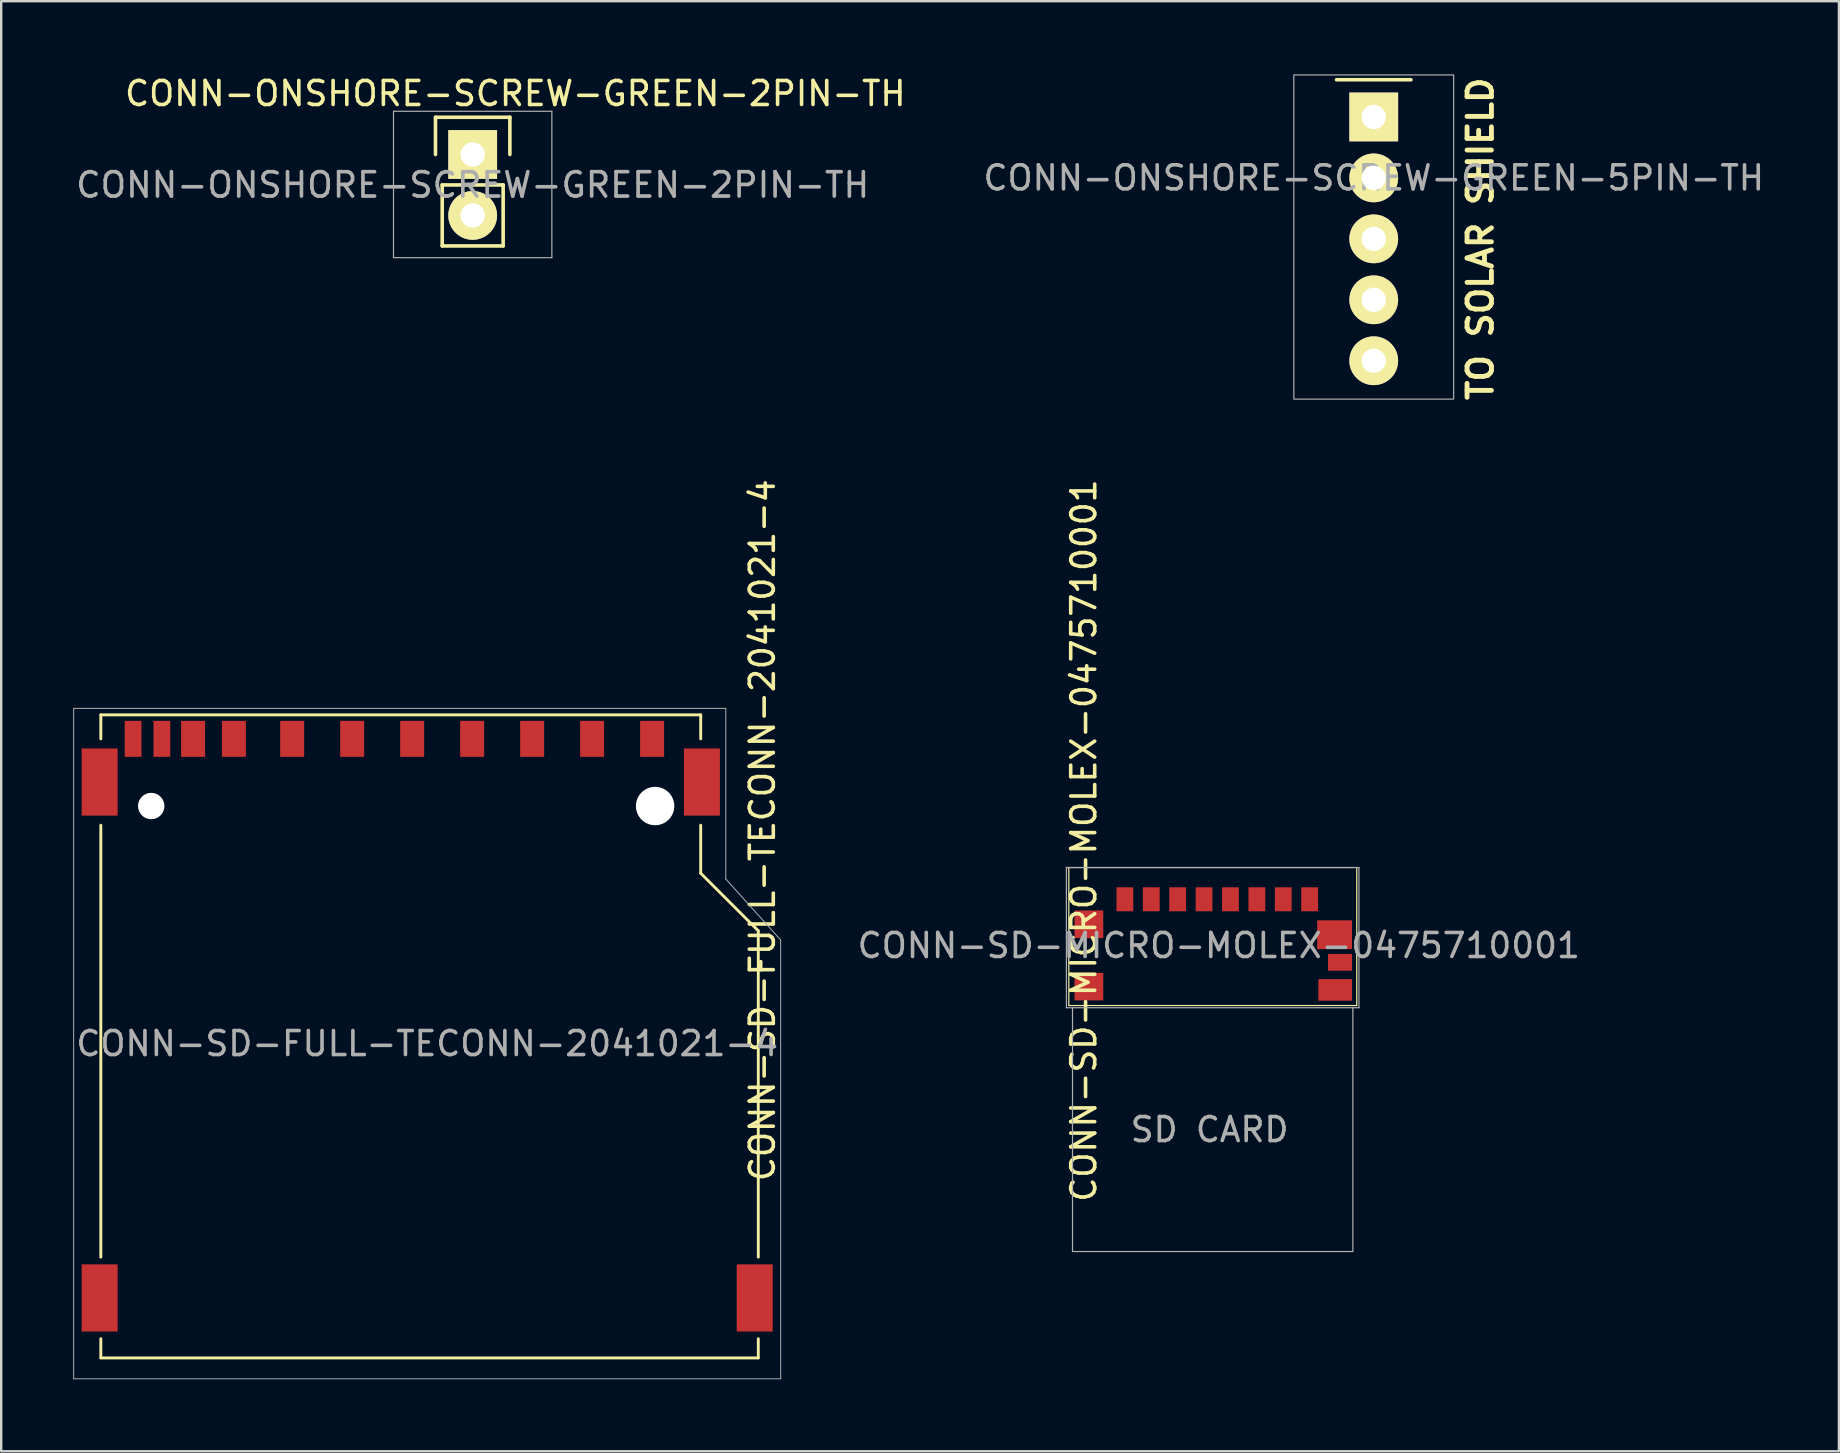
<source format=kicad_pcb>
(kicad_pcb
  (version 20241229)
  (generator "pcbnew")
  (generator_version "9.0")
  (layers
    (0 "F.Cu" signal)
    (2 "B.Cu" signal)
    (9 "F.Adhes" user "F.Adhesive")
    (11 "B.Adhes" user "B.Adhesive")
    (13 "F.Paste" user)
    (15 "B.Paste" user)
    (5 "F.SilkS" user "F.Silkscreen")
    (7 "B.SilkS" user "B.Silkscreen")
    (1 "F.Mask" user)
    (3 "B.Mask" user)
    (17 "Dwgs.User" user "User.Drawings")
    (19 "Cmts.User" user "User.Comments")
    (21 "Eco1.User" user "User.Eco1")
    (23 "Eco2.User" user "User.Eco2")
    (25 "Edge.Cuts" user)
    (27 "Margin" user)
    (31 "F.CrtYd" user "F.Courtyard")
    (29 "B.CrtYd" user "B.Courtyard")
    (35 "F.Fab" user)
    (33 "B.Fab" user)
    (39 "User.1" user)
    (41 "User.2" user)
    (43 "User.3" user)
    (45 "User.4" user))
  (footprint "CONN-ONSHORE-SCREW-GREEN-2PIN-TH"
    (layer "F.Cu")
    (at 16.649 3.388)
    (property "Reference" "CONN-ONSHORE-SCREW-GREEN-2PIN-TH" (at 0 1.27 0) (layer "F.Fab") (effects (font (size 1.016 1.016) (thickness 0.152))))
    (attr smd)
    (fp_line (start -1.55 -1.55) (end 1.55 -1.55) (stroke (width 0.15) (type solid)) (layer "F.SilkS"))
    (fp_line (start -1.55 0) (end -1.55 -1.55) (stroke (width 0.15) (type solid)) (layer "F.SilkS"))
    (fp_line (start -1.27 1.27) (end -1.27 3.81) (stroke (width 0.15) (type solid)) (layer "F.SilkS"))
    (fp_line (start -1.27 3.81) (end 1.27 3.81) (stroke (width 0.15) (type solid)) (layer "F.SilkS"))
    (fp_line (start 1.27 1.27) (end -1.27 1.27) (stroke (width 0.15) (type solid)) (layer "F.SilkS"))
    (fp_line (start 1.27 1.27) (end 1.27 3.81) (stroke (width 0.15) (type solid)) (layer "F.SilkS"))
    (fp_line (start 1.55 -1.55) (end 1.55 0) (stroke (width 0.15) (type solid)) (layer "F.SilkS"))
    (fp_line (start -3.3 -1.8) (end -3.3 4.3) (stroke (width 0.05) (type solid)) (layer "F.Fab"))
    (fp_line (start -3.3 -1.8) (end 3.3 -1.8) (stroke (width 0.05) (type solid)) (layer "F.Fab"))
    (fp_line (start -3.3 4.3) (end 3.3 4.3) (stroke (width 0.05) (type solid)) (layer "F.Fab"))
    (fp_line (start 3.3 -1.8) (end 3.3 4.3) (stroke (width 0.05) (type solid)) (layer "F.Fab"))
    (fp_text user "${REFERENCE}" (at 1.778 -2.54 0) (layer "F.SilkS") (effects (font (size 1 1) (thickness 0.15))))
    (pad "1" thru_hole rect (at 0 0) (size 2.032 2.032) (drill 1.016) (layers "*.Cu" "*.Mask" "F.SilkS"))
    (pad "2" thru_hole oval (at 0 2.54) (size 2.032 2.032) (drill 1.016) (layers "*.Cu" "*.Mask" "F.SilkS")))
  (footprint "CONN-SD-FULL-TECONN-2041021-4"
    (layer "F.Cu")
    (at 14.752 27.742)
    (property "Reference" "CONN-SD-FULL-TECONN-2041021-4" (at 0 12.7 0) (layer "F.Fab") (effects (font (size 1 1) (thickness 0.15))))
    (attr smd)
    (fp_line (start -13.6 -1) (end 11.4 -1) (stroke (width 0.12) (type solid)) (layer "F.SilkS"))
    (fp_line (start -13.6 0) (end -13.6 -1) (stroke (width 0.12) (type solid)) (layer "F.SilkS"))
    (fp_line (start -13.6 3.6) (end -13.6 21.6) (stroke (width 0.12) (type solid)) (layer "F.SilkS"))
    (fp_line (start -13.6 25) (end -13.6 25.8) (stroke (width 0.12) (type solid)) (layer "F.SilkS"))
    (fp_line (start -13.6 25.8) (end 13.8 25.8) (stroke (width 0.12) (type solid)) (layer "F.SilkS"))
    (fp_line (start 11.4 -1) (end 11.4 0) (stroke (width 0.12) (type solid)) (layer "F.SilkS"))
    (fp_line (start 11.4 3.6) (end 11.4 5.6) (stroke (width 0.12) (type solid)) (layer "F.SilkS"))
    (fp_line (start 11.4 5.6) (end 13.8 8) (stroke (width 0.12) (type solid)) (layer "F.SilkS"))
    (fp_line (start 13.8 8) (end 13.8 21.6) (stroke (width 0.12) (type solid)) (layer "F.SilkS"))
    (fp_line (start 13.8 25.8) (end 13.8 25) (stroke (width 0.12) (type solid)) (layer "F.SilkS"))
    (fp_line (start -14.732 -1.27) (end 12.446 -1.27) (stroke (width 0.041) (type solid)) (layer "F.Fab"))
    (fp_line (start -14.732 26.67) (end -14.732 -1.27) (stroke (width 0.041) (type solid)) (layer "F.Fab"))
    (fp_line (start 12.446 -1.27) (end 12.446 5.842) (stroke (width 0.041) (type solid)) (layer "F.Fab"))
    (fp_line (start 12.446 5.842) (end 14.732 8.382) (stroke (width 0.041) (type solid)) (layer "F.Fab"))
    (fp_line (start 14.732 8.382) (end 14.732 26.67) (stroke (width 0.041) (type solid)) (layer "F.Fab"))
    (fp_line (start 14.732 26.67) (end -14.732 26.67) (stroke (width 0.041) (type solid)) (layer "F.Fab"))
    (fp_text user "${REFERENCE}" (at 13.97 3.81 90) (layer "F.SilkS") (effects (font (size 1 1) (thickness 0.15))))
    (pad "" np_thru_hole circle (at -11.5 2.8) (size 1.1 1.1) (drill 1.1) (layers "*.Cu" "*.Mask"))
    (pad "" np_thru_hole circle (at 9.5 2.8) (size 1.6 1.6) (drill 1.6) (layers "*.Cu" "*.Mask"))
    (pad "1" smd rect (at 6.875 0) (size 1 1.5) (layers "F.Cu" "F.Mask" "F.Paste"))
    (pad "2" smd rect (at 4.375 0) (size 1 1.5) (layers "F.Cu" "F.Mask" "F.Paste"))
    (pad "3" smd rect (at 1.875 0) (size 1 1.5) (layers "F.Cu" "F.Mask" "F.Paste"))
    (pad "4" smd rect (at -0.625 0) (size 1 1.5) (layers "F.Cu" "F.Mask" "F.Paste"))
    (pad "5" smd rect (at -3.125 0) (size 1 1.5) (layers "F.Cu" "F.Mask" "F.Paste"))
    (pad "6" smd rect (at -5.625 0) (size 1 1.5) (layers "F.Cu" "F.Mask" "F.Paste"))
    (pad "7" smd rect (at -8.055 0) (size 1 1.5) (layers "F.Cu" "F.Mask" "F.Paste"))
    (pad "8" smd rect (at -9.755 0) (size 1 1.5) (layers "F.Cu" "F.Mask" "F.Paste"))
    (pad "9" smd rect (at 9.375 0) (size 1 1.5) (layers "F.Cu" "F.Mask" "F.Paste"))
    (pad "10" smd rect (at -11.055 0) (size 0.7 1.5) (layers "F.Cu" "F.Mask" "F.Paste"))
    (pad "11" smd rect (at -12.255 0) (size 0.7 1.5) (layers "F.Cu" "F.Mask" "F.Paste"))
    (pad "12" smd rect (at 11.45 1.8) (size 1.5 2.8) (layers "F.Cu" "F.Mask" "F.Paste"))
    (pad "13" smd rect (at 13.65 23.3) (size 1.5 2.8) (layers "F.Cu" "F.Mask" "F.Paste"))
    (pad "14" smd rect (at -13.65 23.3) (size 1.5 2.8) (layers "F.Cu" "F.Mask" "F.Paste"))
    (pad "15" smd rect (at -13.65 1.8) (size 1.5 2.8) (layers "F.Cu" "F.Mask" "F.Paste")))
  (footprint "CONN-ONSHORE-SCREW-GREEN-5PIN-TH"
    (layer "F.Cu")
    (at 54.201 1.824)
    (property "Reference" "CONN-ONSHORE-SCREW-GREEN-5PIN-TH" (at 0 2.54 0) (layer "F.Fab") (effects (font (size 1 1) (thickness 0.15))))
    (attr smd)
    (fp_line (start -1.55 -1.55) (end 1.55 -1.55) (stroke (width 0.15) (type solid)) (layer "F.SilkS"))
    (fp_line (start -3.33 -1.75) (end -3.33 11.76) (stroke (width 0.05) (type solid)) (layer "F.Fab"))
    (fp_line (start -3.3 -1.75) (end 3.3 -1.75) (stroke (width 0.05) (type solid)) (layer "F.Fab"))
    (fp_line (start -3.3 11.76) (end 3.3 11.76) (stroke (width 0.05) (type solid)) (layer "F.Fab"))
    (fp_line (start 3.33 -1.75) (end 3.33 11.76) (stroke (width 0.05) (type solid)) (layer "F.Fab"))
    (fp_circle (center 0 0) (end 0 0.254) (stroke (width 0.2) (type solid)) (fill no) (layer "F.Fab"))
    (fp_text user "TO SOLAR SHIELD" (at 4.445 5.08 270) (layer "F.SilkS") (effects (font (size 1.016 1.016) (thickness 0.203))))
    (pad "1" thru_hole rect (at 0 0) (size 2.032 2.032) (drill 1.016) (layers "*.Cu" "*.Mask" "F.SilkS"))
    (pad "2" thru_hole oval (at 0 2.54) (size 2.032 2.032) (drill 1.016) (layers "*.Cu" "*.Mask" "F.SilkS"))
    (pad "3" thru_hole oval (at 0 5.08) (size 2.032 2.032) (drill 1.016) (layers "*.Cu" "*.Mask" "F.SilkS"))
    (pad "4" thru_hole oval (at 0 7.62) (size 2.032 2.032) (drill 1.016) (layers "*.Cu" "*.Mask" "F.SilkS"))
    (pad "5" thru_hole oval (at 0 10.16) (size 2.032 2.032) (drill 1.016) (layers "*.Cu" "*.Mask" "F.SilkS")))
  (footprint "CONN-SD-MICRO-MOLEX-0475710001"
    (layer "F.Cu")
    (at 47.743 33.105)
    (property "Reference" "CONN-SD-MICRO-MOLEX-0475710001" (at 0 3.25 0) (layer "F.Fab") (effects (font (size 1 1) (thickness 0.15))))
    (attr smd)
    (fp_line (start -6.35 0) (end 5.65 0) (stroke (width 0.05) (type solid)) (layer "F.SilkS"))
    (fp_line (start -6.25 5.75) (end -6.25 0) (stroke (width 0.05) (type solid)) (layer "F.SilkS"))
    (fp_line (start 5.75 0) (end 5.75 5.75) (stroke (width 0.05) (type solid)) (layer "F.SilkS"))
    (fp_line (start 5.75 5.75) (end -6.25 5.75) (stroke (width 0.05) (type solid)) (layer "F.SilkS"))
    (fp_line (start -6.35 0) (end -6.35 5.842) (stroke (width 0.05) (type solid)) (layer "F.Fab"))
    (fp_line (start -6.35 0) (end 5.842 0) (stroke (width 0.05) (type solid)) (layer "F.Fab"))
    (fp_line (start -6.35 5.842) (end 5.842 5.842) (stroke (width 0.05) (type solid)) (layer "F.Fab"))
    (fp_line (start -6.096 16.002) (end -6.096 5.842) (stroke (width 0.05) (type solid)) (layer "F.Fab"))
    (fp_line (start -6.096 16.002) (end 5.588 16.002) (stroke (width 0.05) (type solid)) (layer "F.Fab"))
    (fp_line (start 5.588 16.002) (end 5.588 5.842) (stroke (width 0.05) (type solid)) (layer "F.Fab"))
    (fp_line (start 5.842 0) (end 5.842 5.842) (stroke (width 0.05) (type solid)) (layer "F.Fab"))
    (fp_text user "${REFERENCE}" (at -5.626 -1.124 270) (layer "F.SilkS") (effects (font (size 1 1) (thickness 0.15))))
    (fp_text user "SD CARD " (at 0 10.922 0) (layer "F.Fab") (effects (font (size 1 1) (thickness 0.15))))
    (pad "1" smd rect (at 3.787 1.323) (size 0.7 1) (layers "F.Cu" "F.Mask" "F.Paste"))
    (pad "2" smd rect (at 2.687 1.323) (size 0.7 1) (layers "F.Cu" "F.Mask" "F.Paste"))
    (pad "3" smd rect (at 1.587 1.323) (size 0.7 1) (layers "F.Cu" "F.Mask" "F.Paste"))
    (pad "4" smd rect (at 0.486 1.323) (size 0.7 1) (layers "F.Cu" "F.Mask" "F.Paste"))
    (pad "5" smd rect (at -0.614 1.323) (size 0.7 1) (layers "F.Cu" "F.Mask" "F.Paste"))
    (pad "6" smd rect (at -1.714 1.323) (size 0.7 1) (layers "F.Cu" "F.Mask" "F.Paste"))
    (pad "7" smd rect (at -2.813 1.323) (size 0.7 1) (layers "F.Cu" "F.Mask" "F.Paste"))
    (pad "8" smd rect (at -3.913 1.323) (size 0.7 1) (layers "F.Cu" "F.Mask" "F.Paste"))
    (pad "G1" smd rect (at -5.413 2.364) (size 1.2 1.15) (layers "F.Cu" "F.Mask" "F.Paste"))
    (pad "G2" smd rect (at -5.413 4.963) (size 1.2 1.15) (layers "F.Cu" "F.Mask" "F.Paste"))
    (pad "G3" smd rect (at 4.826 2.8) (size 1.45 1.2) (layers "F.Cu" "F.Mask" "F.Paste"))
    (pad "G4" smd rect (at 5.051 3.95) (size 1 0.7) (layers "F.Cu" "F.Mask" "F.Paste"))
    (pad "G5" smd rect (at 4.851 5.1) (size 1.4 0.9) (layers "F.Cu" "F.Mask" "F.Paste")))
  (gr_rect
    (start -3 -3)
    (end 73.588 57.432)
    (stroke (width 0.1) (type default))
    (fill no)
    (layer "Edge.Cuts")))
</source>
